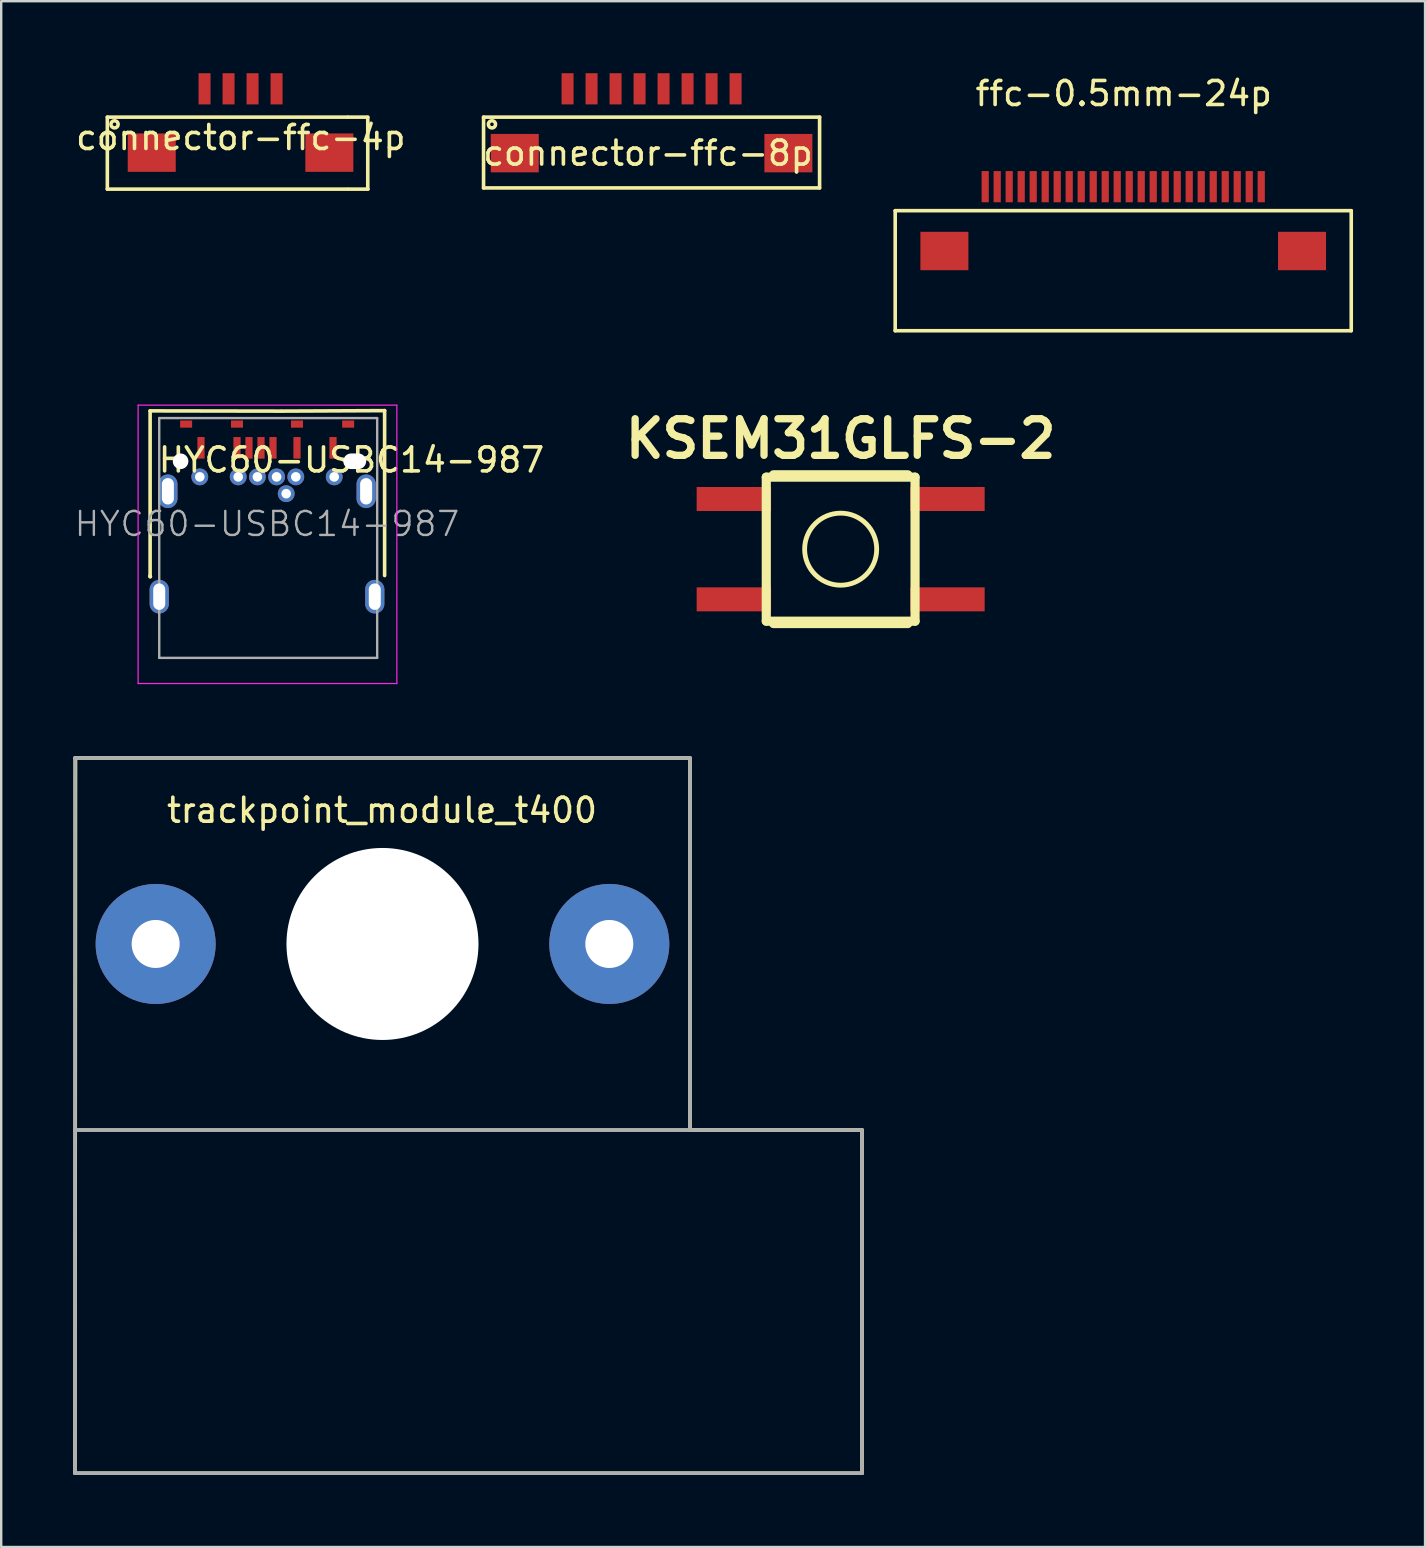
<source format=kicad_pcb>
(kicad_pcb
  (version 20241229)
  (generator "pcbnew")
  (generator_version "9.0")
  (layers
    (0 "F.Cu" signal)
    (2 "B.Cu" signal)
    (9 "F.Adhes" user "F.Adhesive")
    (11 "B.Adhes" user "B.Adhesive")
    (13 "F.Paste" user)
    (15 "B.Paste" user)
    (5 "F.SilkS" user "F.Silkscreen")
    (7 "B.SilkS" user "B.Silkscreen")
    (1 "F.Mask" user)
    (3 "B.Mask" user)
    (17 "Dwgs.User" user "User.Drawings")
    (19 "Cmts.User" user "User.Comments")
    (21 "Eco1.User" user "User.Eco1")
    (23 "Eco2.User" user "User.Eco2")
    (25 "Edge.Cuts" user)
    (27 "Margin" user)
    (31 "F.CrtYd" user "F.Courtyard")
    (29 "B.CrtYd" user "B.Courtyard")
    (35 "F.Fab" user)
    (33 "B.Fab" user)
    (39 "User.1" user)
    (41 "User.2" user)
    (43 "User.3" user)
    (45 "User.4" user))
  (footprint "ffc-0.5mm-24p"
    (layer "F.Cu")
    (at 43.746 4.728)
    (property "Reference" "ffc-0.5mm-24p" (at 0.02 -3.88 0) (layer "F.SilkS") (effects (font (size 1 1) (thickness 0.15))))
    (attr through_hole)
    (fp_line (start -9.5 1) (end -9.5 6) (stroke (width 0.15) (type solid)) (layer "F.SilkS"))
    (fp_line (start -9.5 6) (end 9.5 6) (stroke (width 0.15) (type solid)) (layer "F.SilkS"))
    (fp_line (start 9.5 1) (end -9.5 1) (stroke (width 0.15) (type solid)) (layer "F.SilkS"))
    (fp_line (start 9.5 6) (end 9.5 1) (stroke (width 0.15) (type solid)) (layer "F.SilkS"))
    (pad "1" smd rect (at -5.75 0) (size 0.3 1.3) (layers "F.Cu" "F.Mask" "F.Paste"))
    (pad "2" smd rect (at -5.25 0) (size 0.3 1.3) (layers "F.Cu" "F.Mask" "F.Paste"))
    (pad "3" smd rect (at -4.75 0) (size 0.3 1.3) (layers "F.Cu" "F.Mask" "F.Paste"))
    (pad "4" smd rect (at -4.25 0) (size 0.3 1.3) (layers "F.Cu" "F.Mask" "F.Paste"))
    (pad "5" smd rect (at -3.75 0) (size 0.3 1.3) (layers "F.Cu" "F.Mask" "F.Paste"))
    (pad "6" smd rect (at -3.25 0) (size 0.3 1.3) (layers "F.Cu" "F.Mask" "F.Paste"))
    (pad "7" smd rect (at -2.75 0) (size 0.3 1.3) (layers "F.Cu" "F.Mask" "F.Paste"))
    (pad "8" smd rect (at -2.25 0) (size 0.3 1.3) (layers "F.Cu" "F.Mask" "F.Paste"))
    (pad "9" smd rect (at -1.75 0) (size 0.3 1.3) (layers "F.Cu" "F.Mask" "F.Paste"))
    (pad "10" smd rect (at -1.25 0) (size 0.3 1.3) (layers "F.Cu" "F.Mask" "F.Paste"))
    (pad "11" smd rect (at -0.75 0) (size 0.3 1.3) (layers "F.Cu" "F.Mask" "F.Paste"))
    (pad "12" smd rect (at -0.25 0) (size 0.3 1.3) (layers "F.Cu" "F.Mask" "F.Paste"))
    (pad "13" smd rect (at 0.25 0) (size 0.3 1.3) (layers "F.Cu" "F.Mask" "F.Paste"))
    (pad "14" smd rect (at 0.75 0) (size 0.3 1.3) (layers "F.Cu" "F.Mask" "F.Paste"))
    (pad "15" smd rect (at 1.25 0) (size 0.3 1.3) (layers "F.Cu" "F.Mask" "F.Paste"))
    (pad "16" smd rect (at 1.75 0) (size 0.3 1.3) (layers "F.Cu" "F.Mask" "F.Paste"))
    (pad "17" smd rect (at 2.25 0) (size 0.3 1.3) (layers "F.Cu" "F.Mask" "F.Paste"))
    (pad "18" smd rect (at 2.75 0) (size 0.3 1.3) (layers "F.Cu" "F.Mask" "F.Paste"))
    (pad "19" smd rect (at 3.25 0) (size 0.3 1.3) (layers "F.Cu" "F.Mask" "F.Paste"))
    (pad "20" smd rect (at 3.75 0) (size 0.3 1.3) (layers "F.Cu" "F.Mask" "F.Paste"))
    (pad "21" smd rect (at 4.25 0) (size 0.3 1.3) (layers "F.Cu" "F.Mask" "F.Paste"))
    (pad "22" smd rect (at 4.75 0) (size 0.3 1.3) (layers "F.Cu" "F.Mask" "F.Paste"))
    (pad "23" smd rect (at 5.25 0) (size 0.3 1.3) (layers "F.Cu" "F.Mask" "F.Paste"))
    (pad "24" smd rect (at 5.75 0) (size 0.3 1.3) (layers "F.Cu" "F.Mask" "F.Paste"))
    (pad "S" smd rect (at -7.45 2.68) (size 2 1.6) (layers "F.Cu" "F.Mask" "F.Paste"))
    (pad "S" smd rect (at 7.45 2.68) (size 2 1.6) (layers "F.Cu" "F.Mask" "F.Paste")))
  (footprint "trackpoint_module_t400"
    (layer "F.Cu")
    (at 12.885 36.278)
    (property "Reference" "trackpoint_module_t400" (at -0.02 -5.57 0) (layer "F.SilkS") (effects (font (size 1 1) (thickness 0.15))))
    (attr through_hole)
    (fp_line (start -12.81 22.05) (end 19.98 22.05) (stroke (width 0.15) (type solid)) (layer "F.SilkS"))
    (fp_line (start -12.79 -7.75) (end -12.81 22.05) (stroke (width 0.15) (type solid)) (layer "F.SilkS"))
    (fp_line (start 12.81 -7.75) (end -12.81 -7.75) (stroke (width 0.15) (type solid)) (layer "F.SilkS"))
    (fp_line (start 12.81 7.75) (end 12.81 -7.75) (stroke (width 0.15) (type solid)) (layer "F.SilkS"))
    (fp_line (start 19.98 7.75) (end 12.81 7.75) (stroke (width 0.15) (type solid)) (layer "F.SilkS"))
    (fp_line (start 19.98 22.05) (end 19.98 7.75) (stroke (width 0.15) (type solid)) (layer "F.SilkS"))
    (fp_line (start -12.81 -7.75) (end -12.81 7.75) (stroke (width 0.15) (type solid)) (layer "F.Fab"))
    (fp_line (start -12.81 7.75) (end 12.81 7.75) (stroke (width 0.15) (type solid)) (layer "F.Fab"))
    (fp_line (start -12.81 7.75) (end 19.98 7.75) (stroke (width 0.15) (type solid)) (layer "F.Fab"))
    (fp_line (start -12.81 22.05) (end -12.81 7.75) (stroke (width 0.15) (type solid)) (layer "F.Fab"))
    (fp_line (start 12.81 -7.75) (end -12.81 -7.75) (stroke (width 0.15) (type solid)) (layer "F.Fab"))
    (fp_line (start 12.81 7.75) (end 12.81 -7.75) (stroke (width 0.15) (type solid)) (layer "F.Fab"))
    (fp_line (start 19.98 7.75) (end 19.98 22.05) (stroke (width 0.15) (type solid)) (layer "F.Fab"))
    (fp_line (start 19.98 22.05) (end -12.81 22.05) (stroke (width 0.15) (type solid)) (layer "F.Fab"))
    (pad "" thru_hole circle (at -9.45 0) (size 5 5) (drill 2) (layers "*.Cu" "*.Mask"))
    (pad "" np_thru_hole circle (at 0 0) (size 8 8) (drill 8) (layers "*.Cu" "*.Mask"))
    (pad "" thru_hole circle (at 9.45 0) (size 5 5) (drill 2) (layers "*.Cu" "*.Mask")))
  (footprint "HYC60-USBC14-987"
    (layer "F.Cu")
    (at 8.074 19.488)
    (property "Reference" "HYC60-USBC14-987" (at 3.52 -3.375 0) (layer "F.SilkS") (effects (font (size 1 1) (thickness 0.15))))
    (attr smd)
    (fp_line (start -4.87 -5.42) (end -4.87 1.46) (stroke (width 0.15) (type solid)) (layer "F.SilkS"))
    (fp_line (start -4.87 1.46) (end -4.86 1.48) (stroke (width 0.15) (type solid)) (layer "F.SilkS"))
    (fp_line (start -4.87 1.48) (end -4.87 1.49) (stroke (width 0.15) (type solid)) (layer "F.SilkS"))
    (fp_line (start -4.86 1.48) (end -4.87 1.48) (stroke (width 0.15) (type solid)) (layer "F.SilkS"))
    (fp_line (start 0.58 -5.41) (end -4.87 -5.42) (stroke (width 0.15) (type solid)) (layer "F.SilkS"))
    (fp_line (start 0.62 -5.41) (end 4.9 -5.43) (stroke (width 0.15) (type solid)) (layer "F.SilkS"))
    (fp_line (start 4.9 -5.43) (end 4.9 1.44) (stroke (width 0.15) (type solid)) (layer "F.SilkS"))
    (fp_line (start -5.37 -5.66) (end 5.41 -5.66) (stroke (width 0.05) (type solid)) (layer "F.CrtYd"))
    (fp_line (start -5.37 5.94) (end -5.37 -5.66) (stroke (width 0.05) (type solid)) (layer "F.CrtYd"))
    (fp_line (start 5.41 -5.66) (end 5.41 5.94) (stroke (width 0.05) (type solid)) (layer "F.CrtYd"))
    (fp_line (start 5.41 5.94) (end -5.37 5.94) (stroke (width 0.05) (type solid)) (layer "F.CrtYd"))
    (fp_line (start -4.49 -5.12) (end 4.59 -5.12) (stroke (width 0.1) (type solid)) (layer "F.Fab"))
    (fp_line (start -4.49 4.87) (end -4.49 -5.12) (stroke (width 0.1) (type solid)) (layer "F.Fab"))
    (fp_line (start 4.59 -5.12) (end 4.59 4.87) (stroke (width 0.1) (type solid)) (layer "F.Fab"))
    (fp_line (start 4.59 4.87) (end -4.49 4.87) (stroke (width 0.1) (type solid)) (layer "F.Fab"))
    (fp_text user "${REFERENCE}" (at 0 -0.71 0) (layer "F.Fab") (effects (font (size 1 1) (thickness 0.1))))
    (pad "" np_thru_hole circle (at -3.6 -3.32) (size 0.65 0.65) (drill 0.65) (layers "*.Cu" "*.Mask"))
    (pad "" np_thru_hole oval (at 3.655 -3.32 90) (size 0.65 0.95) (drill oval 0.65 0.95) (layers "*.Cu" "*.Mask"))
    (pad "A1" smd rect (at -2.75 -3.88) (size 0.3 0.9) (layers "F.Cu" "F.Mask" "F.Paste"))
    (pad "A4" smd rect (at -1.25 -3.88) (size 0.3 0.9) (layers "F.Cu" "F.Mask" "F.Paste"))
    (pad "A5" smd rect (at -0.75 -3.88) (size 0.3 0.9) (layers "F.Cu" "F.Mask" "F.Paste"))
    (pad "A6" smd rect (at -0.25 -3.88) (size 0.3 0.9) (layers "F.Cu" "F.Mask" "F.Paste"))
    (pad "A7" smd rect (at 0.25 -3.88) (size 0.3 0.9) (layers "F.Cu" "F.Mask" "F.Paste"))
    (pad "A9" smd rect (at 1.25 -3.88) (size 0.3 0.9) (layers "F.Cu" "F.Mask" "F.Paste"))
    (pad "A12" smd rect (at 2.75 -3.88) (size 0.3 0.9) (layers "F.Cu" "F.Mask" "F.Paste"))
    (pad "B1" thru_hole circle (at 2.8 -2.67) (size 0.7 0.7) (drill 0.4) (layers "*.Cu" "*.Mask"))
    (pad "B4" thru_hole circle (at 1.2 -2.67) (size 0.7 0.7) (drill 0.4) (layers "*.Cu" "*.Mask"))
    (pad "B5" thru_hole circle (at 0.8 -1.97) (size 0.7 0.7) (drill 0.4) (layers "*.Cu" "*.Mask"))
    (pad "B6" thru_hole circle (at 0.4 -2.67) (size 0.7 0.7) (drill 0.4) (layers "*.Cu" "*.Mask"))
    (pad "B7" thru_hole circle (at -0.4 -2.67) (size 0.7 0.7) (drill 0.4) (layers "*.Cu" "*.Mask"))
    (pad "B9" thru_hole circle (at -1.2 -2.67) (size 0.7 0.7) (drill 0.4) (layers "*.Cu" "*.Mask"))
    (pad "B12" thru_hole circle (at -2.8 -2.67) (size 0.7 0.7) (drill 0.4) (layers "*.Cu" "*.Mask"))
    (pad "S1" thru_hole oval (at -4.49 2.32) (size 0.8 1.4) (drill oval 0.5 1.1) (layers "*.Cu" "*.Mask"))
    (pad "S1" thru_hole oval (at -4.13 -2.07) (size 0.8 1.4) (drill oval 0.5 1.1) (layers "*.Cu" "*.Mask"))
    (pad "S1" smd rect (at -3.37 -4.87) (size 0.5 0.3) (layers "F.Cu" "F.Mask" "F.Paste"))
    (pad "S1" smd rect (at -1.25 -4.87) (size 0.5 0.3) (layers "F.Cu" "F.Mask" "F.Paste"))
    (pad "S1" smd rect (at 1.25 -4.87) (size 0.5 0.3) (layers "F.Cu" "F.Mask" "F.Paste"))
    (pad "S1" smd rect (at 3.38 -4.87) (size 0.5 0.3) (layers "F.Cu" "F.Mask" "F.Paste"))
    (pad "S1" thru_hole oval (at 4.13 -2.07) (size 0.8 1.4) (drill oval 0.5 1.1) (layers "*.Cu" "*.Mask"))
    (pad "S1" thru_hole oval (at 4.49 2.32) (size 0.8 1.4) (drill oval 0.5 1.1) (layers "*.Cu" "*.Mask")))
  (footprint "connector-ffc-8p"
    (layer "F.Cu")
    (at 24.096 3.33)
    (property "Reference" "connector-ffc-8p" (at -0.15 0 0) (layer "F.SilkS") (effects (font (size 1 1) (thickness 0.15))))
    (attr through_hole)
    (fp_line (start -7 -1.5) (end -7 1.45) (stroke (width 0.15) (type solid)) (layer "F.SilkS"))
    (fp_line (start -7 1.45) (end 7 1.45) (stroke (width 0.15) (type solid)) (layer "F.SilkS"))
    (fp_line (start 7 -1.5) (end -7 -1.5) (stroke (width 0.15) (type solid)) (layer "F.SilkS"))
    (fp_line (start 7 1.45) (end 7 -1.5) (stroke (width 0.15) (type solid)) (layer "F.SilkS"))
    (fp_circle (center -6.65 -1.2) (end -6.5 -1.2) (stroke (width 0.15) (type solid)) (fill no) (layer "F.SilkS"))
    (pad "1" smd rect (at -3.5 -2.68) (size 0.5 1.3) (layers "F.Cu" "F.Mask" "F.Paste"))
    (pad "2" smd rect (at -2.5 -2.68) (size 0.5 1.3) (layers "F.Cu" "F.Mask" "F.Paste"))
    (pad "3" smd rect (at -1.5 -2.68) (size 0.5 1.3) (layers "F.Cu" "F.Mask" "F.Paste"))
    (pad "4" smd rect (at -0.5 -2.68) (size 0.5 1.3) (layers "F.Cu" "F.Mask" "F.Paste"))
    (pad "5" smd rect (at 0.5 -2.68) (size 0.5 1.3) (layers "F.Cu" "F.Mask" "F.Paste"))
    (pad "6" smd rect (at 1.5 -2.68) (size 0.5 1.3) (layers "F.Cu" "F.Mask" "F.Paste"))
    (pad "7" smd rect (at 2.5 -2.68) (size 0.5 1.3) (layers "F.Cu" "F.Mask" "F.Paste"))
    (pad "8" smd rect (at 3.5 -2.68) (size 0.5 1.3) (layers "F.Cu" "F.Mask" "F.Paste"))
    (pad "S" smd rect (at -5.7 0) (size 2 1.6) (layers "F.Cu" "F.Mask" "F.Paste"))
    (pad "S" smd rect (at 5.7 0) (size 2 1.6) (layers "F.Cu" "F.Mask" "F.Paste")))
  (footprint "connector-ffc-4p"
    (layer "F.Cu")
    (at 6.972 3.31)
    (property "Reference" "connector-ffc-4p" (at 0.01 -0.63 0) (layer "F.SilkS") (effects (font (size 1 1) (thickness 0.15))))
    (attr through_hole)
    (fp_line (start -5.55 -1.48) (end -5.55 1.52) (stroke (width 0.15) (type solid)) (layer "F.SilkS"))
    (fp_line (start -5.55 1.52) (end 4.45 1.52) (stroke (width 0.15) (type solid)) (layer "F.SilkS"))
    (fp_line (start 4.45 -1.48) (end -5.55 -1.48) (stroke (width 0.15) (type solid)) (layer "F.SilkS"))
    (fp_line (start 4.48 -1.48) (end 5.3 -1.48) (stroke (width 0.15) (type solid)) (layer "F.SilkS"))
    (fp_line (start 4.5 1.52) (end 5.31 1.52) (stroke (width 0.15) (type solid)) (layer "F.SilkS"))
    (fp_line (start 5.3 -1.47) (end 5.3 1.51) (stroke (width 0.15) (type solid)) (layer "F.SilkS"))
    (fp_circle (center -5.25 -1.18) (end -5.1 -1.18) (stroke (width 0.15) (type solid)) (fill no) (layer "F.SilkS"))
    (pad "1" smd rect (at -1.5 -2.66) (size 0.5 1.3) (layers "F.Cu" "F.Mask" "F.Paste"))
    (pad "2" smd rect (at -0.5 -2.66) (size 0.5 1.3) (layers "F.Cu" "F.Mask" "F.Paste"))
    (pad "3" smd rect (at 0.5 -2.66) (size 0.5 1.3) (layers "F.Cu" "F.Mask" "F.Paste"))
    (pad "4" smd rect (at 1.5 -2.66) (size 0.5 1.3) (layers "F.Cu" "F.Mask" "F.Paste"))
    (pad "S" smd rect (at -3.7 0) (size 2 1.6) (layers "F.Cu" "F.Mask" "F.Paste"))
    (pad "S" smd rect (at 3.7 0) (size 2 1.6) (layers "F.Cu" "F.Mask" "F.Paste")))
  (footprint "KSEM31GLFS-2"
    (layer "F.Cu")
    (at 31.974 19.83)
    (property "Reference" "KSEM31GLFS-2" (at 0 -4.6 180) (layer "F.SilkS") (effects (font (size 1.524 1.524) (thickness 0.305))))
    (attr smd)
    (fp_line (start -3.099 -3) (end 3.099 -3) (stroke (width 0.381) (type solid)) (layer "F.SilkS"))
    (fp_line (start -3.099 3) (end -3.099 -3) (stroke (width 0.381) (type solid)) (layer "F.SilkS"))
    (fp_line (start -2.799 -3.099) (end 2.799 -3.099) (stroke (width 0.381) (type solid)) (layer "F.SilkS"))
    (fp_line (start -2.799 3.099) (end 2.799 3.099) (stroke (width 0.381) (type solid)) (layer "F.SilkS"))
    (fp_line (start 3.099 -3) (end 3.099 3) (stroke (width 0.381) (type solid)) (layer "F.SilkS"))
    (fp_line (start 3.099 3) (end -3.099 3) (stroke (width 0.381) (type solid)) (layer "F.SilkS"))
    (fp_circle (center 0 0) (end 1.501 0) (stroke (width 0.201) (type solid)) (fill no) (layer "F.SilkS"))
    (pad "1" smd rect (at -4.45 -2.09) (size 3.1 1) (layers "F.Cu" "F.Mask" "F.Paste"))
    (pad "2" smd rect (at 4.45 -2.09) (size 3.1 1) (layers "F.Cu" "F.Mask" "F.Paste"))
    (pad "3" smd rect (at -4.45 2.09) (size 3.1 1) (layers "F.Cu" "F.Mask" "F.Paste"))
    (pad "4" smd rect (at 4.45 2.09) (size 3.1 1) (layers "F.Cu" "F.Mask" "F.Paste")))
  (gr_rect
    (start -3 -3)
    (end 56.321 61.403)
    (stroke (width 0.1) (type default))
    (fill no)
    (layer "Edge.Cuts")))
</source>
